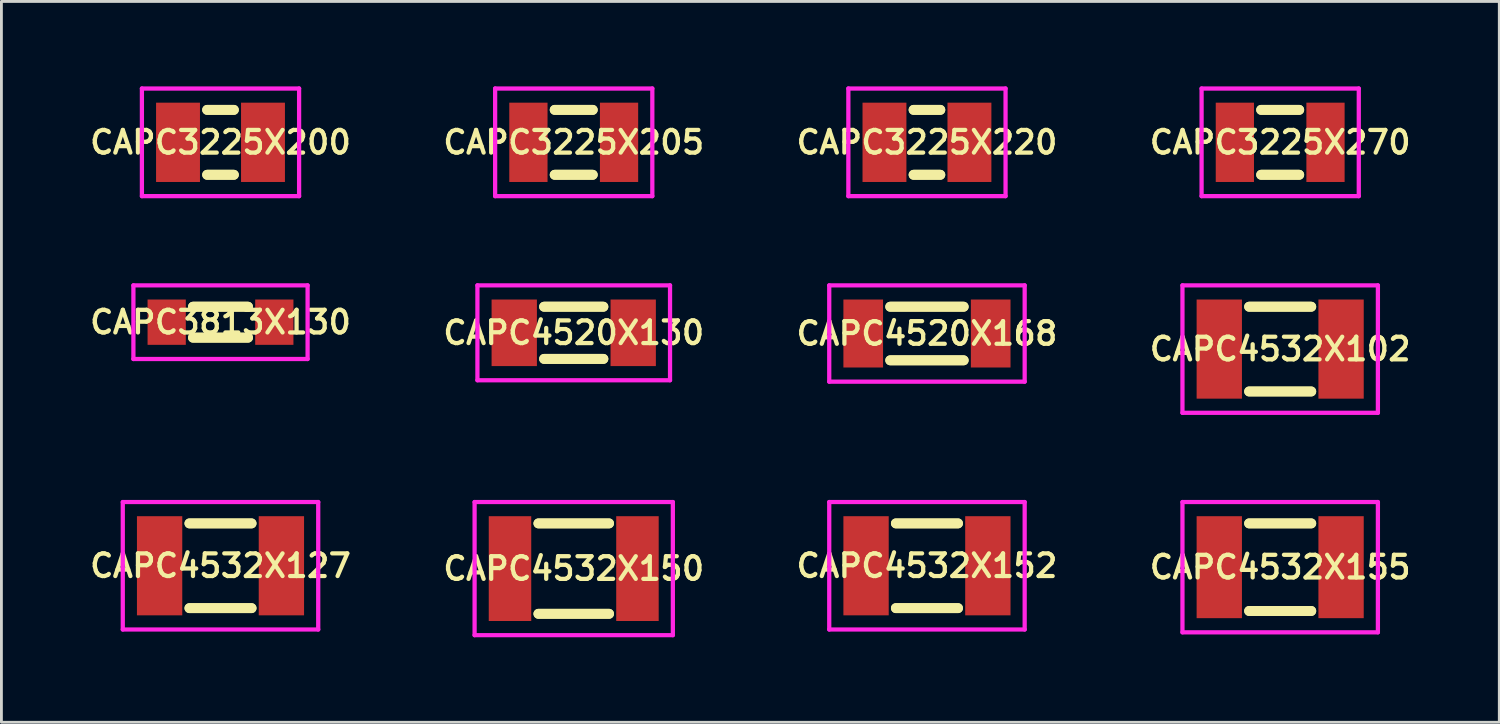
<source format=kicad_pcb>
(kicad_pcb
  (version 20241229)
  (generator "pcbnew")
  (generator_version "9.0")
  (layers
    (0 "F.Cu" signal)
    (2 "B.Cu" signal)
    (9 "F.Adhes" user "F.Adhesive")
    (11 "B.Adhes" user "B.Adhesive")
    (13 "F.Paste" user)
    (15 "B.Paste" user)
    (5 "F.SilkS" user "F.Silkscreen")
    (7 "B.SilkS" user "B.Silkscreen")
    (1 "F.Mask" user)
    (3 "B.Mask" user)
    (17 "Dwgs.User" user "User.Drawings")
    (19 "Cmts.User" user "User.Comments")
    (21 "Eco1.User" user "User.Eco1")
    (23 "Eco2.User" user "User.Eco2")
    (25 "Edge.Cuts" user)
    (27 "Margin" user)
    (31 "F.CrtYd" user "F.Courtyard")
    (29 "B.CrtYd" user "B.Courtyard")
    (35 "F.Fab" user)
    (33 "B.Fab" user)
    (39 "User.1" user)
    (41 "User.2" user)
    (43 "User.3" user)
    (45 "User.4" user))
  (footprint "CAPC4532X150"
    (layer "F.Cu")
    (at 17.206 17.025)
    (property "Reference" "CAPC4532X150" (at 0 0 0) (layer "F.SilkS") (effects (font (size 0.8 0.8) (thickness 0.15))))
    (attr smd)
    (fp_line (start -1.246 -1.596) (end 1.246 -1.596) (stroke (width 0.35) (type solid)) (layer "F.SilkS"))
    (fp_line (start -1.246 1.596) (end 1.246 1.596) (stroke (width 0.35) (type solid)) (layer "F.SilkS"))
    (fp_line (start 1.246 -1.596) (end -1.246 -1.596) (stroke (width 0.35) (type solid)) (layer "F.SilkS"))
    (fp_line (start 1.246 1.596) (end -1.246 1.596) (stroke (width 0.35) (type solid)) (layer "F.SilkS"))
    (fp_line (start -3.5 -2.35) (end 3.5 -2.35) (stroke (width 0.15) (type solid)) (layer "F.CrtYd"))
    (fp_line (start -3.5 2.35) (end -3.5 -2.35) (stroke (width 0.15) (type solid)) (layer "F.CrtYd"))
    (fp_line (start 3.5 -2.35) (end 3.5 2.35) (stroke (width 0.15) (type solid)) (layer "F.CrtYd"))
    (fp_line (start 3.5 2.35) (end -3.5 2.35) (stroke (width 0.15) (type solid)) (layer "F.CrtYd"))
    (pad "1" smd rect (at -2.25 0) (size 1.5 3.7) (layers "F.Cu" "F.Mask" "F.Paste"))
    (pad "2" smd rect (at 2.25 0) (size 1.5 3.7) (layers "F.Cu" "F.Mask" "F.Paste")))
  (footprint "CAPC4520X168"
    (layer "F.Cu")
    (at 29.677 8.725)
    (property "Reference" "CAPC4520X168" (at 0 0 0) (layer "F.SilkS") (effects (font (size 0.8 0.8) (thickness 0.15))))
    (attr smd)
    (fp_line (start -1.296 -0.946) (end 1.296 -0.946) (stroke (width 0.35) (type solid)) (layer "F.SilkS"))
    (fp_line (start -1.296 0.946) (end 1.296 0.946) (stroke (width 0.35) (type solid)) (layer "F.SilkS"))
    (fp_line (start 1.296 -0.946) (end -1.296 -0.946) (stroke (width 0.35) (type solid)) (layer "F.SilkS"))
    (fp_line (start 1.296 0.946) (end -1.296 0.946) (stroke (width 0.35) (type solid)) (layer "F.SilkS"))
    (fp_line (start -3.45 -1.7) (end 3.45 -1.7) (stroke (width 0.15) (type solid)) (layer "F.CrtYd"))
    (fp_line (start -3.45 1.7) (end -3.45 -1.7) (stroke (width 0.15) (type solid)) (layer "F.CrtYd"))
    (fp_line (start 3.45 -1.7) (end 3.45 1.7) (stroke (width 0.15) (type solid)) (layer "F.CrtYd"))
    (fp_line (start 3.45 1.7) (end -3.45 1.7) (stroke (width 0.15) (type solid)) (layer "F.CrtYd"))
    (pad "1" smd rect (at -2.25 0) (size 1.4 2.4) (layers "F.Cu" "F.Mask" "F.Paste"))
    (pad "2" smd rect (at 2.25 0) (size 1.4 2.4) (layers "F.Cu" "F.Mask" "F.Paste")))
  (footprint "CAPC4532X155"
    (layer "F.Cu")
    (at 42.148 16.975)
    (property "Reference" "CAPC4532X155" (at 0 0 0) (layer "F.SilkS") (effects (font (size 0.8 0.8) (thickness 0.15))))
    (attr through_hole)
    (fp_line (start -1.096 -1.546) (end 1.096 -1.546) (stroke (width 0.35) (type solid)) (layer "F.SilkS"))
    (fp_line (start -1.096 1.546) (end 1.096 1.546) (stroke (width 0.35) (type solid)) (layer "F.SilkS"))
    (fp_line (start 1.096 -1.546) (end -1.096 -1.546) (stroke (width 0.35) (type solid)) (layer "F.SilkS"))
    (fp_line (start 1.096 1.546) (end -1.096 1.546) (stroke (width 0.35) (type solid)) (layer "F.SilkS"))
    (fp_line (start -3.45 -2.3) (end 3.45 -2.3) (stroke (width 0.15) (type solid)) (layer "F.CrtYd"))
    (fp_line (start -3.45 2.3) (end -3.45 -2.3) (stroke (width 0.15) (type solid)) (layer "F.CrtYd"))
    (fp_line (start 3.45 -2.3) (end 3.45 2.3) (stroke (width 0.15) (type solid)) (layer "F.CrtYd"))
    (fp_line (start 3.45 2.3) (end -3.45 2.3) (stroke (width 0.15) (type solid)) (layer "F.CrtYd"))
    (pad "1" smd rect (at -2.15 0) (size 1.6 3.6) (layers "F.Cu" "F.Mask" "F.Paste"))
    (pad "2" smd rect (at 2.15 0) (size 1.6 3.6) (layers "F.Cu" "F.Mask" "F.Paste")))
  (footprint "CAPC4532X127"
    (layer "F.Cu")
    (at 4.735 16.925)
    (property "Reference" "CAPC4532X127" (at 0 0 0) (layer "F.SilkS") (effects (font (size 0.8 0.8) (thickness 0.15))))
    (attr smd)
    (fp_line (start -1.096 -1.496) (end 1.096 -1.496) (stroke (width 0.35) (type solid)) (layer "F.SilkS"))
    (fp_line (start -1.096 1.496) (end 1.096 1.496) (stroke (width 0.35) (type solid)) (layer "F.SilkS"))
    (fp_line (start 1.096 -1.496) (end -1.096 -1.496) (stroke (width 0.35) (type solid)) (layer "F.SilkS"))
    (fp_line (start 1.096 1.496) (end -1.096 1.496) (stroke (width 0.35) (type solid)) (layer "F.SilkS"))
    (fp_line (start -3.45 -2.25) (end 3.45 -2.25) (stroke (width 0.15) (type solid)) (layer "F.CrtYd"))
    (fp_line (start -3.45 2.25) (end -3.45 -2.25) (stroke (width 0.15) (type solid)) (layer "F.CrtYd"))
    (fp_line (start 3.45 -2.25) (end 3.45 2.25) (stroke (width 0.15) (type solid)) (layer "F.CrtYd"))
    (fp_line (start 3.45 2.25) (end -3.45 2.25) (stroke (width 0.15) (type solid)) (layer "F.CrtYd"))
    (pad "1" smd rect (at -2.15 0) (size 1.6 3.5) (layers "F.Cu" "F.Mask" "F.Paste"))
    (pad "2" smd rect (at 2.15 0) (size 1.6 3.5) (layers "F.Cu" "F.Mask" "F.Paste")))
  (footprint "CAPC4532X152"
    (layer "F.Cu")
    (at 29.677 16.925)
    (property "Reference" "CAPC4532X152" (at 0 0 0) (layer "F.SilkS") (effects (font (size 0.8 0.8) (thickness 0.15))))
    (attr through_hole)
    (fp_line (start -1.096 -1.496) (end 1.096 -1.496) (stroke (width 0.35) (type solid)) (layer "F.SilkS"))
    (fp_line (start -1.096 1.496) (end 1.096 1.496) (stroke (width 0.35) (type solid)) (layer "F.SilkS"))
    (fp_line (start 1.096 -1.496) (end -1.096 -1.496) (stroke (width 0.35) (type solid)) (layer "F.SilkS"))
    (fp_line (start 1.096 1.496) (end -1.096 1.496) (stroke (width 0.35) (type solid)) (layer "F.SilkS"))
    (fp_line (start -3.45 -2.25) (end 3.45 -2.25) (stroke (width 0.15) (type solid)) (layer "F.CrtYd"))
    (fp_line (start -3.45 2.25) (end -3.45 -2.25) (stroke (width 0.15) (type solid)) (layer "F.CrtYd"))
    (fp_line (start 3.45 -2.25) (end 3.45 2.25) (stroke (width 0.15) (type solid)) (layer "F.CrtYd"))
    (fp_line (start 3.45 2.25) (end -3.45 2.25) (stroke (width 0.15) (type solid)) (layer "F.CrtYd"))
    (pad "1" smd rect (at -2.15 0) (size 1.6 3.5) (layers "F.Cu" "F.Mask" "F.Paste"))
    (pad "2" smd rect (at 2.15 0) (size 1.6 3.5) (layers "F.Cu" "F.Mask" "F.Paste")))
  (footprint "CAPC4532X102"
    (layer "F.Cu")
    (at 42.148 9.275)
    (property "Reference" "CAPC4532X102" (at 0 0 0) (layer "F.SilkS") (effects (font (size 0.8 0.8) (thickness 0.15))))
    (attr smd)
    (fp_line (start -1.096 -1.496) (end 1.096 -1.496) (stroke (width 0.35) (type solid)) (layer "F.SilkS"))
    (fp_line (start -1.096 1.496) (end 1.096 1.496) (stroke (width 0.35) (type solid)) (layer "F.SilkS"))
    (fp_line (start 1.096 -1.496) (end -1.096 -1.496) (stroke (width 0.35) (type solid)) (layer "F.SilkS"))
    (fp_line (start 1.096 1.496) (end -1.096 1.496) (stroke (width 0.35) (type solid)) (layer "F.SilkS"))
    (fp_line (start -3.45 -2.25) (end 3.45 -2.25) (stroke (width 0.15) (type solid)) (layer "F.CrtYd"))
    (fp_line (start -3.45 2.25) (end -3.45 -2.25) (stroke (width 0.15) (type solid)) (layer "F.CrtYd"))
    (fp_line (start 3.45 -2.25) (end 3.45 2.25) (stroke (width 0.15) (type solid)) (layer "F.CrtYd"))
    (fp_line (start 3.45 2.25) (end -3.45 2.25) (stroke (width 0.15) (type solid)) (layer "F.CrtYd"))
    (pad "1" smd rect (at -2.15 0) (size 1.6 3.5) (layers "F.Cu" "F.Mask" "F.Paste"))
    (pad "2" smd rect (at 2.15 0) (size 1.6 3.5) (layers "F.Cu" "F.Mask" "F.Paste")))
  (footprint "CAPC3225X200"
    (layer "F.Cu")
    (at 4.735 1.975)
    (property "Reference" "CAPC3225X200" (at 0 0 0) (layer "F.SilkS") (effects (font (size 0.8 0.8) (thickness 0.15))))
    (attr smd)
    (fp_line (start -0.471 -1.146) (end 0.471 -1.146) (stroke (width 0.35) (type solid)) (layer "F.SilkS"))
    (fp_line (start -0.471 1.146) (end 0.471 1.146) (stroke (width 0.35) (type solid)) (layer "F.SilkS"))
    (fp_line (start 0.471 -1.146) (end -0.471 -1.146) (stroke (width 0.35) (type solid)) (layer "F.SilkS"))
    (fp_line (start 0.471 1.146) (end -0.471 1.146) (stroke (width 0.35) (type solid)) (layer "F.SilkS"))
    (fp_line (start -2.775 -1.9) (end 2.775 -1.9) (stroke (width 0.15) (type solid)) (layer "F.CrtYd"))
    (fp_line (start -2.775 1.9) (end -2.775 -1.9) (stroke (width 0.15) (type solid)) (layer "F.CrtYd"))
    (fp_line (start 2.775 -1.9) (end 2.775 1.9) (stroke (width 0.15) (type solid)) (layer "F.CrtYd"))
    (fp_line (start 2.775 1.9) (end -2.775 1.9) (stroke (width 0.15) (type solid)) (layer "F.CrtYd"))
    (pad "1" smd rect (at -1.5 0) (size 1.55 2.8) (layers "F.Cu" "F.Mask" "F.Paste"))
    (pad "2" smd rect (at 1.5 0) (size 1.55 2.8) (layers "F.Cu" "F.Mask" "F.Paste")))
  (footprint "CAPC3225X205"
    (layer "F.Cu")
    (at 17.206 1.975)
    (property "Reference" "CAPC3225X205" (at 0 0 0) (layer "F.SilkS") (effects (font (size 0.8 0.8) (thickness 0.15))))
    (attr smd)
    (fp_line (start -0.671 -1.146) (end 0.671 -1.146) (stroke (width 0.35) (type solid)) (layer "F.SilkS"))
    (fp_line (start -0.671 1.146) (end 0.671 1.146) (stroke (width 0.35) (type solid)) (layer "F.SilkS"))
    (fp_line (start 0.671 -1.146) (end -0.671 -1.146) (stroke (width 0.35) (type solid)) (layer "F.SilkS"))
    (fp_line (start 0.671 1.146) (end -0.671 1.146) (stroke (width 0.35) (type solid)) (layer "F.SilkS"))
    (fp_line (start -2.775 -1.9) (end 2.775 -1.9) (stroke (width 0.15) (type solid)) (layer "F.CrtYd"))
    (fp_line (start -2.775 1.9) (end -2.775 -1.9) (stroke (width 0.15) (type solid)) (layer "F.CrtYd"))
    (fp_line (start 2.775 -1.9) (end 2.775 1.9) (stroke (width 0.15) (type solid)) (layer "F.CrtYd"))
    (fp_line (start 2.775 1.9) (end -2.775 1.9) (stroke (width 0.15) (type solid)) (layer "F.CrtYd"))
    (pad "1" smd rect (at -1.6 0) (size 1.35 2.8) (layers "F.Cu" "F.Mask" "F.Paste"))
    (pad "2" smd rect (at 1.6 0) (size 1.35 2.8) (layers "F.Cu" "F.Mask" "F.Paste")))
  (footprint "CAPC3225X220"
    (layer "F.Cu")
    (at 29.677 1.975)
    (property "Reference" "CAPC3225X220" (at 0 0 0) (layer "F.SilkS") (effects (font (size 0.8 0.8) (thickness 0.15))))
    (attr smd)
    (fp_line (start -0.471 -1.146) (end 0.471 -1.146) (stroke (width 0.35) (type solid)) (layer "F.SilkS"))
    (fp_line (start -0.471 1.146) (end 0.471 1.146) (stroke (width 0.35) (type solid)) (layer "F.SilkS"))
    (fp_line (start 0.471 -1.146) (end -0.471 -1.146) (stroke (width 0.35) (type solid)) (layer "F.SilkS"))
    (fp_line (start 0.471 1.146) (end -0.471 1.146) (stroke (width 0.35) (type solid)) (layer "F.SilkS"))
    (fp_line (start -2.775 -1.9) (end 2.775 -1.9) (stroke (width 0.15) (type solid)) (layer "F.CrtYd"))
    (fp_line (start -2.775 1.9) (end -2.775 -1.9) (stroke (width 0.15) (type solid)) (layer "F.CrtYd"))
    (fp_line (start 2.775 -1.9) (end 2.775 1.9) (stroke (width 0.15) (type solid)) (layer "F.CrtYd"))
    (fp_line (start 2.775 1.9) (end -2.775 1.9) (stroke (width 0.15) (type solid)) (layer "F.CrtYd"))
    (pad "1" smd rect (at -1.5 0) (size 1.55 2.8) (layers "F.Cu" "F.Mask" "F.Paste"))
    (pad "2" smd rect (at 1.5 0) (size 1.55 2.8) (layers "F.Cu" "F.Mask" "F.Paste")))
  (footprint "CAPC4520X130"
    (layer "F.Cu")
    (at 17.206 8.7)
    (property "Reference" "CAPC4520X130" (at 0 0 0) (layer "F.SilkS") (effects (font (size 0.8 0.8) (thickness 0.15))))
    (attr smd)
    (fp_line (start -1.046 -0.921) (end 1.046 -0.921) (stroke (width 0.35) (type solid)) (layer "F.SilkS"))
    (fp_line (start -1.046 0.921) (end 1.046 0.921) (stroke (width 0.35) (type solid)) (layer "F.SilkS"))
    (fp_line (start 1.046 -0.921) (end -1.046 -0.921) (stroke (width 0.35) (type solid)) (layer "F.SilkS"))
    (fp_line (start 1.046 0.921) (end -1.046 0.921) (stroke (width 0.35) (type solid)) (layer "F.SilkS"))
    (fp_line (start -3.4 -1.675) (end 3.4 -1.675) (stroke (width 0.15) (type solid)) (layer "F.CrtYd"))
    (fp_line (start -3.4 1.675) (end -3.4 -1.675) (stroke (width 0.15) (type solid)) (layer "F.CrtYd"))
    (fp_line (start 3.4 -1.675) (end 3.4 1.675) (stroke (width 0.15) (type solid)) (layer "F.CrtYd"))
    (fp_line (start 3.4 1.675) (end -3.4 1.675) (stroke (width 0.15) (type solid)) (layer "F.CrtYd"))
    (pad "1" smd rect (at -2.1 0) (size 1.6 2.35) (layers "F.Cu" "F.Mask" "F.Paste"))
    (pad "2" smd rect (at 2.1 0) (size 1.6 2.35) (layers "F.Cu" "F.Mask" "F.Paste")))
  (footprint "CAPC3225X270"
    (layer "F.Cu")
    (at 42.148 1.975)
    (property "Reference" "CAPC3225X270" (at 0 0 0) (layer "F.SilkS") (effects (font (size 0.8 0.8) (thickness 0.15))))
    (attr smd)
    (fp_line (start -0.671 -1.146) (end 0.671 -1.146) (stroke (width 0.35) (type solid)) (layer "F.SilkS"))
    (fp_line (start -0.671 1.146) (end 0.671 1.146) (stroke (width 0.35) (type solid)) (layer "F.SilkS"))
    (fp_line (start 0.671 -1.146) (end -0.671 -1.146) (stroke (width 0.35) (type solid)) (layer "F.SilkS"))
    (fp_line (start 0.671 1.146) (end -0.671 1.146) (stroke (width 0.35) (type solid)) (layer "F.SilkS"))
    (fp_line (start -2.775 -1.9) (end 2.775 -1.9) (stroke (width 0.15) (type solid)) (layer "F.CrtYd"))
    (fp_line (start -2.775 1.9) (end -2.775 -1.9) (stroke (width 0.15) (type solid)) (layer "F.CrtYd"))
    (fp_line (start 2.775 -1.9) (end 2.775 1.9) (stroke (width 0.15) (type solid)) (layer "F.CrtYd"))
    (fp_line (start 2.775 1.9) (end -2.775 1.9) (stroke (width 0.15) (type solid)) (layer "F.CrtYd"))
    (pad "1" smd rect (at -1.6 0) (size 1.35 2.8) (layers "F.Cu" "F.Mask" "F.Paste"))
    (pad "2" smd rect (at 1.6 0) (size 1.35 2.8) (layers "F.Cu" "F.Mask" "F.Paste")))
  (footprint "CAPC3813X130"
    (layer "F.Cu")
    (at 4.735 8.325)
    (property "Reference" "CAPC3813X130" (at 0 0 0) (layer "F.SilkS") (effects (font (size 0.8 0.8) (thickness 0.15))))
    (attr smd)
    (fp_line (start -0.971 -0.546) (end 0.971 -0.546) (stroke (width 0.35) (type solid)) (layer "F.SilkS"))
    (fp_line (start -0.971 0.546) (end 0.971 0.546) (stroke (width 0.35) (type solid)) (layer "F.SilkS"))
    (fp_line (start 0.971 -0.546) (end -0.971 -0.546) (stroke (width 0.35) (type solid)) (layer "F.SilkS"))
    (fp_line (start 0.971 0.546) (end -0.971 0.546) (stroke (width 0.35) (type solid)) (layer "F.SilkS"))
    (fp_line (start -3.075 -1.3) (end 3.075 -1.3) (stroke (width 0.15) (type solid)) (layer "F.CrtYd"))
    (fp_line (start -3.075 1.3) (end -3.075 -1.3) (stroke (width 0.15) (type solid)) (layer "F.CrtYd"))
    (fp_line (start 3.075 -1.3) (end 3.075 1.3) (stroke (width 0.15) (type solid)) (layer "F.CrtYd"))
    (fp_line (start 3.075 1.3) (end -3.075 1.3) (stroke (width 0.15) (type solid)) (layer "F.CrtYd"))
    (pad "1" smd rect (at -1.9 0) (size 1.35 1.6) (layers "F.Cu" "F.Mask" "F.Paste"))
    (pad "2" smd rect (at 1.9 0) (size 1.35 1.6) (layers "F.Cu" "F.Mask" "F.Paste")))
  (gr_rect
    (start -3 -3)
    (end 49.884 22.45)
    (stroke (width 0.1) (type default))
    (fill no)
    (layer "Edge.Cuts")))
</source>
